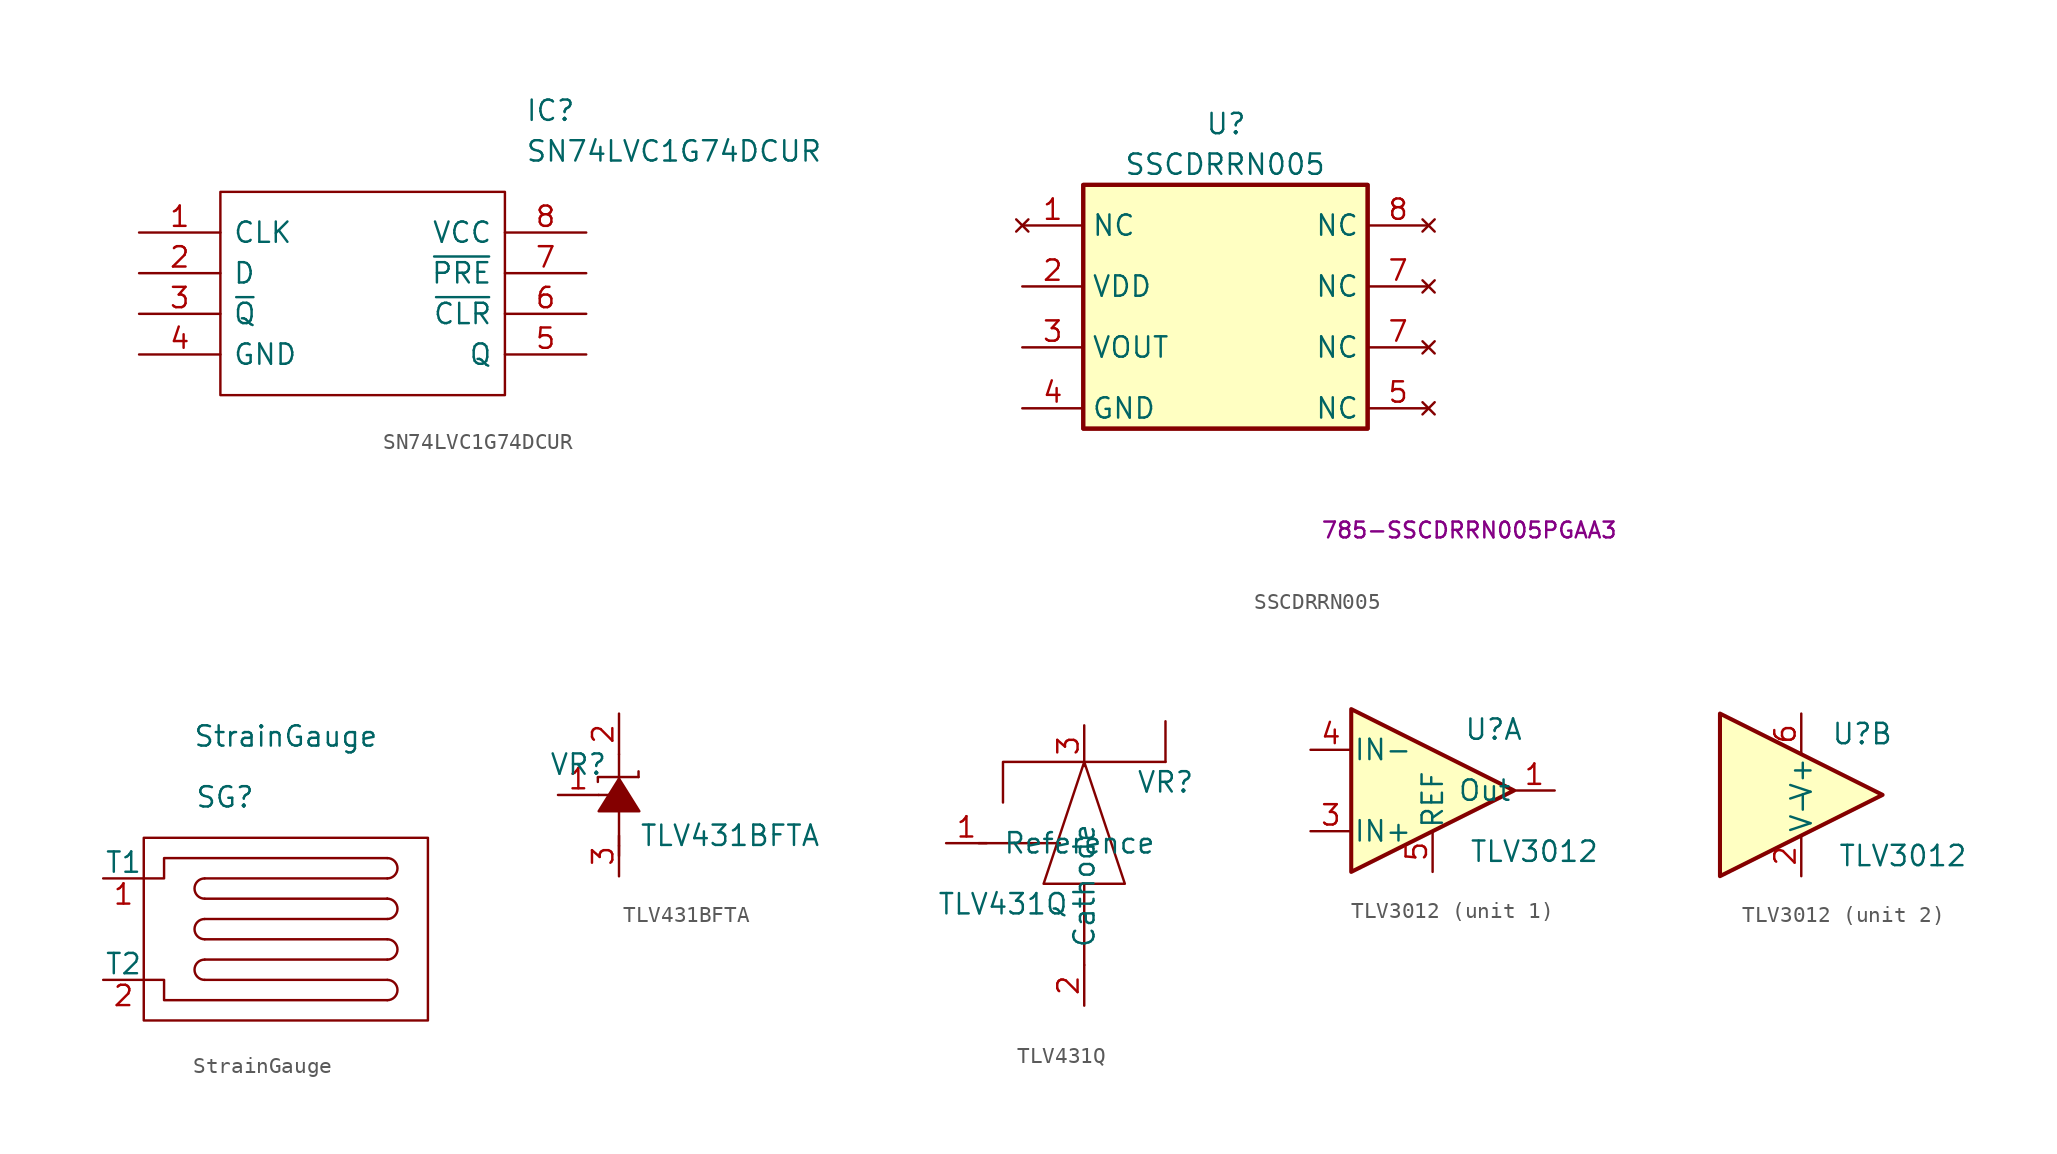
<source format=kicad_sym>
(kicad_symbol_lib
  (version 20211014)
  (generator kicad_symbol_editor)
  (symbol "SN74LVC1G74DCUR"
    (pin_names
      (offset 0.762))
    (property "Reference" "IC"
      (at 24.13 7.62 0)
      (effects (font (size 1.27 1.27)) (justify left)))
    (property "Value" "SN74LVC1G74DCUR"
      (at 24.13 5.08 0)
      (effects (font (size 1.27 1.27)) (justify left)))
    (symbol "SN74LVC1G74DCUR_0_0"
      (pin input line (at 0 0 0) (length 5.08) (name "CLK" (effects (font (size 1.27 1.27)))) (number "1" (effects (font (size 1.27 1.27)))))
      (pin input line (at 0 -2.54 0) (length 5.08) (name "D" (effects (font (size 1.27 1.27)))) (number "2" (effects (font (size 1.27 1.27)))))
      (pin output line (at 0 -5.08 0) (length 5.08) (name "~{Q}" (effects (font (size 1.27 1.27)))) (number "3" (effects (font (size 1.27 1.27)))))
      (pin power_in line (at 0 -7.62 0) (length 5.08) (name "GND" (effects (font (size 1.27 1.27)))) (number "4" (effects (font (size 1.27 1.27)))))
      (pin output line (at 27.94 -7.62 180) (length 5.08) (name "Q" (effects (font (size 1.27 1.27)))) (number "5" (effects (font (size 1.27 1.27)))))
      (pin input line (at 27.94 -5.08 180) (length 5.08) (name "~{CLR}" (effects (font (size 1.27 1.27)))) (number "6" (effects (font (size 1.27 1.27)))))
      (pin input line (at 27.94 -2.54 180) (length 5.08) (name "~{PRE}" (effects (font (size 1.27 1.27)))) (number "7" (effects (font (size 1.27 1.27)))))
      (pin power_in line (at 27.94 0 180) (length 5.08) (name "VCC" (effects (font (size 1.27 1.27)))) (number "8" (effects (font (size 1.27 1.27))))))
    (symbol "SN74LVC1G74DCUR_0_1"
      (polyline (pts (xy 5.08 2.54) (xy 22.86 2.54) (xy 22.86 -10.16) (xy 5.08 -10.16) (xy 5.08 2.54)) (stroke (width 0.152) (type default) (color 0 0 0 0)) (fill (type none)))))
  (symbol "SSCDRRN005"
    (property "Reference" "U"
      (at -1.27 11.43 0)
      (effects (font (size 1.27 1.27)) (justify left)))
    (property "Value" "SSCDRRN005"
      (at -6.35 8.89 0)
      (effects (font (size 1.27 1.27)) (justify left)))
    (property "MPN" "785-SSCDRRN005PGAA3"
      (at 15.24 -13.97 0)
      (effects (font (size 0.991 0.991))))
    (symbol "SSCDRRN005_0_0"
      (pin output line (at -12.7 -2.54 0) (length 3.81) (name "VOUT" (effects (font (size 1.27 1.27)))) (number "3" (effects (font (size 1.27 1.27)))))
      (pin power_in line (at -12.7 -6.35 0) (length 3.81) (name "GND" (effects (font (size 1.27 1.27)))) (number "4" (effects (font (size 1.27 1.27))))))
    (symbol "SSCDRRN005_0_1"
      (rectangle (start -8.89 -7.62) (end 8.89 7.62) (stroke (width 0.254) (type default) (color 0 0 0 0)) (fill (type background)))
      (rectangle (start -8.89 -7.62) (end 8.89 7.62) (stroke (width 0.254) (type default) (color 0 0 0 0)) (fill (type background))))
    (symbol "SSCDRRN005_1_1"
      (pin no_connect line (at -12.7 5.08 0) (length 3.81) (name "NC" (effects (font (size 1.27 1.27)))) (number "1" (effects (font (size 1.27 1.27)))))
      (pin power_in line (at -12.7 1.27 0) (length 3.81) (name "VDD" (effects (font (size 1.27 1.27)))) (number "2" (effects (font (size 1.27 1.27)))))
      (pin no_connect line (at 12.7 -6.35 180) (length 3.81) (name "NC" (effects (font (size 1.27 1.27)))) (number "5" (effects (font (size 1.27 1.27)))))
      (pin no_connect line (at 12.7 -2.54 180) (length 3.81) (name "NC" (effects (font (size 1.27 1.27)))) (number "7" (effects (font (size 1.27 1.27)))))
      (pin no_connect line (at 12.7 1.27 180) (length 3.81) (name "NC" (effects (font (size 1.27 1.27)))) (number "7" (effects (font (size 1.27 1.27)))))
      (pin no_connect line (at 12.7 5.08 180) (length 3.81) (name "NC" (effects (font (size 1.27 1.27)))) (number "8" (effects (font (size 1.27 1.27)))))))
  (symbol "StrainGauge"
    (pin_names
      (offset 0))
    (property "Reference" "SG"
      (at -3.81 8.89 0)
      (effects (font (size 1.27 1.27))))
    (property "Value" "StrainGauge"
      (at 0 12.7 0)
      (effects (font (size 1.27 1.27))))
    (symbol "StrainGauge_0_1"
      (rectangle (start -8.89 6.35) (end 8.89 -5.08) (stroke (width 0) (type default) (color 0 0 0 0)) (fill (type none)))
      (arc (start -5.08 -1.27) (mid -5.715 -1.905) (end -5.08 -2.54) (stroke (width 0) (type default) (color 0 0 0 0)) (fill (type none)))
      (arc (start -5.08 1.27) (mid -5.715 0.635) (end -5.08 0) (stroke (width 0) (type default) (color 0 0 0 0)) (fill (type none)))
      (arc (start -5.08 3.81) (mid -5.715 3.175) (end -5.08 2.54) (stroke (width 0) (type default) (color 0 0 0 0)) (fill (type none)))
      (polyline (pts (xy -5.08 -2.54) (xy 6.35 -2.54)) (stroke (width 0) (type default) (color 0 0 0 0)) (fill (type none)))
      (polyline (pts (xy -5.08 0) (xy 6.35 0)) (stroke (width 0) (type default) (color 0 0 0 0)) (fill (type none)))
      (polyline (pts (xy -5.08 1.27) (xy 6.35 1.27)) (stroke (width 0) (type default) (color 0 0 0 0)) (fill (type none)))
      (polyline (pts (xy -5.08 2.54) (xy 6.35 2.54)) (stroke (width 0) (type default) (color 0 0 0 0)) (fill (type none)))
      (polyline (pts (xy -5.08 3.81) (xy 6.35 3.81)) (stroke (width 0) (type default) (color 0 0 0 0)) (fill (type none)))
      (polyline (pts (xy 6.35 -1.27) (xy -5.08 -1.27)) (stroke (width 0) (type default) (color 0 0 0 0)) (fill (type none)))
      (polyline (pts (xy 6.35 -3.81) (xy -7.62 -3.81) (xy -7.62 -2.54) (xy -8.89 -2.54)) (stroke (width 0) (type default) (color 0 0 0 0)) (fill (type none)))
      (polyline (pts (xy 6.35 5.08) (xy -7.62 5.08) (xy -7.62 3.81) (xy -8.89 3.81)) (stroke (width 0) (type default) (color 0 0 0 0)) (fill (type none)))
      (arc (start 6.35 -3.81) (mid 6.985 -3.175) (end 6.35 -2.54) (stroke (width 0) (type default) (color 0 0 0 0)) (fill (type none)))
      (arc (start 6.35 -1.27) (mid 6.985 -0.635) (end 6.35 0) (stroke (width 0) (type default) (color 0 0 0 0)) (fill (type none)))
      (arc (start 6.35 1.27) (mid 6.985 1.905) (end 6.35 2.54) (stroke (width 0) (type default) (color 0 0 0 0)) (fill (type none)))
      (arc (start 6.35 2.54) (mid 6.35 5.08) (end 6.35 2.54) (stroke (width 0) (type default) (color 0 0 0 0)) (fill (type none)))
      (arc (start 6.35 3.81) (mid 6.985 4.445) (end 6.35 5.08) (stroke (width 0) (type default) (color 0 0 0 0)) (fill (type none))))
    (symbol "StrainGauge_1_1"
      (pin passive line (at -11.43 3.81 0) (length 2.54) (name "T1" (effects (font (size 1.27 1.27)))) (number "1" (effects (font (size 1.27 1.27)))))
      (pin passive line (at -11.43 -2.54 0) (length 2.54) (name "T2" (effects (font (size 1.27 1.27)))) (number "2" (effects (font (size 1.27 1.27)))))))
  (symbol "TLV431BFTA"
    (pin_names
      (offset 0) hide)
    (property "Reference" "VR"
      (at -2.54 1.905 0)
      (effects (font (size 1.27 1.27))))
    (property "Value" "TLV431BFTA"
      (at 1.27 -2.54 0)
      (effects (font (size 1.27 1.27)) (justify left)))
    (symbol "TLV431BFTA_0_1"
      (polyline (pts (xy -1.321 1.067) (xy -1.321 0.813)) (stroke (width 0) (type default) (color 0 0 0 0)) (fill (type none)))
      (polyline (pts (xy -1.321 1.118) (xy 1.219 1.118)) (stroke (width 0) (type default) (color 0 0 0 0)) (fill (type none)))
      (polyline (pts (xy -1.27 0) (xy 0 0)) (stroke (width 0) (type default) (color 0 0 0 0)) (fill (type none)))
      (polyline (pts (xy 0 -3.175) (xy 0 -3.81)) (stroke (width 0) (type default) (color 0 0 0 0)) (fill (type none)))
      (polyline (pts (xy 0 -3.175) (xy 0 -0.635)) (stroke (width 0) (type default) (color 0 0 0 0)) (fill (type none)))
      (polyline (pts (xy 0 0.635) (xy 0 2.54)) (stroke (width 0) (type default) (color 0 0 0 0)) (fill (type none)))
      (polyline (pts (xy 1.219 1.118) (xy 1.219 1.473) (xy 1.219 1.422)) (stroke (width 0) (type default) (color 0 0 0 0)) (fill (type none)))
      (polyline (pts (xy 0 1.016) (xy 1.27 -1.016) (xy -1.27 -1.016) (xy 0 1.016)) (stroke (width 0) (type default) (color 0 0 0 0)) (fill (type outline))))
    (symbol "TLV431BFTA_1_1"
      (pin input line (at -3.81 0 0) (length 2.54) (name "Ref" (effects (font (size 1.27 1.27)))) (number "1" (effects (font (size 1.27 1.27)))))
      (pin passive line (at 0 5.08 270) (length 2.54) (name "Cathode" (effects (font (size 1.27 1.27)))) (number "2" (effects (font (size 1.27 1.27)))))
      (pin passive line (at 0 -5.08 90) (length 2.54) (name "Anode" (effects (font (size 1.27 1.27)))) (number "3" (effects (font (size 1.27 1.27)))))))
  (symbol "TLV431Q"
    (pin_names
      (offset 1.016))
    (property "Reference" "VR"
      (at 5.08 3.81 0)
      (effects (font (size 1.27 1.27))))
    (property "Value" "TLV431Q"
      (at -5.08 -3.81 0)
      (effects (font (size 1.27 1.27))))
    (symbol "TLV431Q_0_1"
      (polyline (pts (xy -1.524 0) (xy -6.604 0)) (stroke (width 0) (type default) (color 0 0 0 0)) (fill (type none)))
      (polyline (pts (xy 0 -2.54) (xy 0 -7.62)) (stroke (width 0) (type default) (color 0 0 0 0)) (fill (type none)))
      (polyline (pts (xy 5.08 5.08) (xy 5.08 7.62)) (stroke (width 0) (type default) (color 0 0 0 0)) (fill (type none)))
      (polyline (pts (xy -5.08 5.08) (xy 5.08 5.08) (xy -5.08 5.08) (xy -5.08 2.54)) (stroke (width 0) (type default) (color 0 0 0 0)) (fill (type none)))
      (polyline (pts (xy 0 5.08) (xy -2.54 -2.54) (xy 2.54 -2.54) (xy 0 5.08)) (stroke (width 0) (type default) (color 0 0 0 0)) (fill (type none))))
    (symbol "TLV431Q_1_1"
      (pin bidirectional line (at -8.636 0 0) (length 2.54) (name "Reference" (effects (font (size 1.27 1.27)))) (number "1" (effects (font (size 1.27 1.27)))))
      (pin bidirectional line (at 0 -10.16 90) (length 2.54) (name "Cathode" (effects (font (size 1.27 1.27)))) (number "2" (effects (font (size 1.27 1.27)))))
      (pin bidirectional line (at 0 7.366 270) (length 2.54) (name "~" (effects (font (size 1.27 1.27)))) (number "3" (effects (font (size 1.27 1.27)))))))
  (symbol "TLV3012"
    (pin_names
      (offset 0.127))
    (property "Reference" "U"
      (at 3.81 3.81 0)
      (effects (font (size 1.27 1.27))))
    (property "Value" "TLV3012"
      (at 6.35 -3.81 0)
      (effects (font (size 1.27 1.27))))
    (property "ki_locked" ""
      (at 0 0 0)
      (effects (font (size 1.27 1.27))))
    (symbol "TLV3012_1_1"
      (polyline (pts (xy -5.08 5.08) (xy 5.08 0) (xy -5.08 -5.08) (xy -5.08 5.08)) (stroke (width 0.254) (type default) (color 0 0 0 0)) (fill (type background)))
      (pin output line (at 7.62 0 180) (length 2.54) (name "Out" (effects (font (size 1.27 1.27)))) (number "1" (effects (font (size 1.27 1.27)))))
      (pin input line (at -7.62 -2.54 0) (length 2.54) (name "IN+" (effects (font (size 1.27 1.27)))) (number "3" (effects (font (size 1.27 1.27)))))
      (pin input line (at -7.62 2.54 0) (length 2.54) (name "IN-" (effects (font (size 1.27 1.27)))) (number "4" (effects (font (size 1.27 1.27)))))
      (pin output line (at 0 -5.08 90) (length 2.54) (name "REF" (effects (font (size 1.27 1.27)))) (number "5" (effects (font (size 1.27 1.27))))))
    (symbol "TLV3012_2_1"
      (polyline (pts (xy -5.08 5.08) (xy 5.08 0) (xy -5.08 -5.08) (xy -5.08 5.08)) (stroke (width 0.254) (type default) (color 0 0 0 0)) (fill (type background)))
      (pin power_in line (at 0 -5.08 90) (length 2.54) (name "V-" (effects (font (size 1.27 1.27)))) (number "2" (effects (font (size 1.27 1.27)))))
      (pin power_in line (at 0 5.08 270) (length 2.54) (name "V+" (effects (font (size 1.27 1.27)))) (number "6" (effects (font (size 1.27 1.27))))))))
</source>
